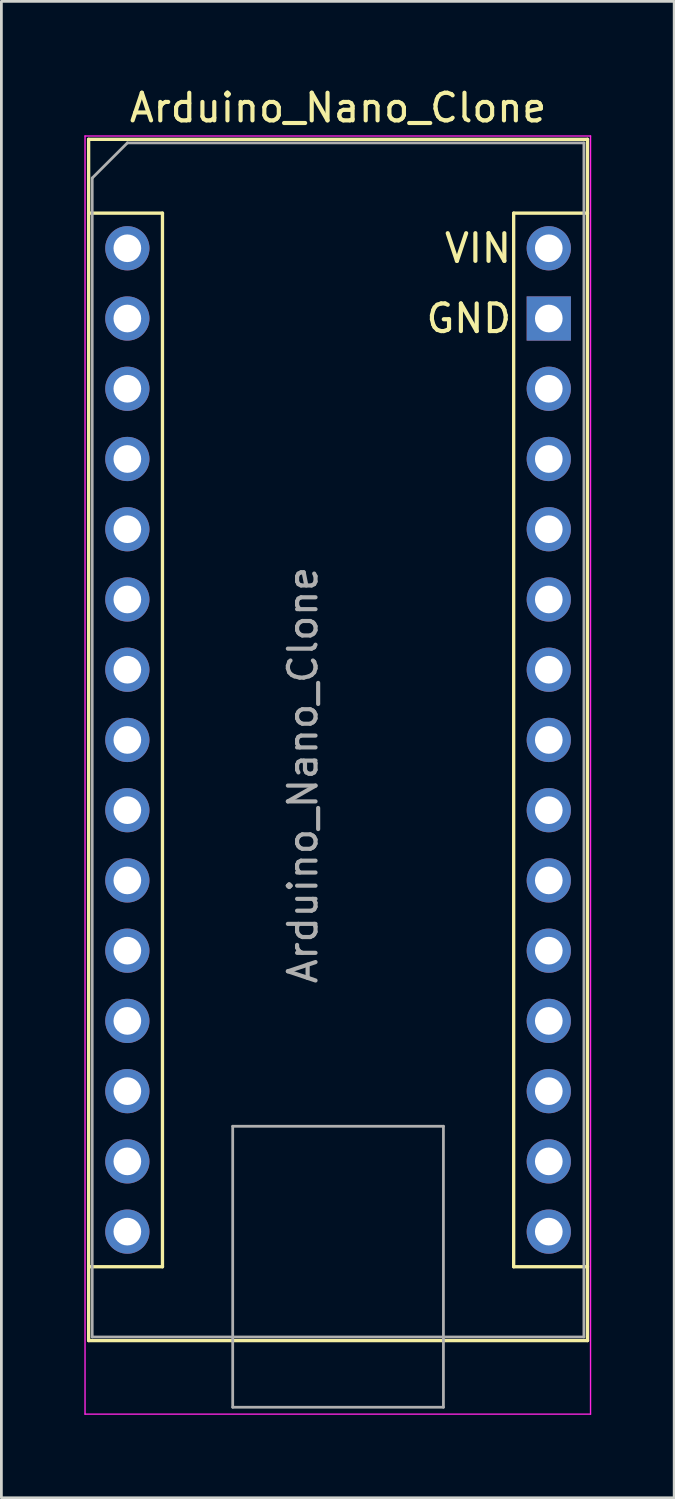
<source format=kicad_pcb>
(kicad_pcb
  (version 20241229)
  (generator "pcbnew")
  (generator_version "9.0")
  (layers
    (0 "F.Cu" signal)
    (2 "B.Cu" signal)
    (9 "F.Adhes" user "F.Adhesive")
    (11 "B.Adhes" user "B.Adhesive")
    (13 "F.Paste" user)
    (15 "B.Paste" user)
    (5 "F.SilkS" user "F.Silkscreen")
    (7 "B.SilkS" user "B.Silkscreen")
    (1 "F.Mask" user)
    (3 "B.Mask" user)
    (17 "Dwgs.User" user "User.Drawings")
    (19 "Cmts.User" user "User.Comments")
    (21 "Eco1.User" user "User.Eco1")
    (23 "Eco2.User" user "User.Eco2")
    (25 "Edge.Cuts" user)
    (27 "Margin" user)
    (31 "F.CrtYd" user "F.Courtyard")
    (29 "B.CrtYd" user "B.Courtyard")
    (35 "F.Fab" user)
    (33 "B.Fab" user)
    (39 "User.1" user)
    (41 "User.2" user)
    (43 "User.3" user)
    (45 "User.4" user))
  (footprint "Arduino_Nano_Clone"
    (layer "F.Cu")
    (at 1.555 5.928)
    (property "Reference" "Arduino_Nano_Clone" (at 7.62 -5.08 0) (layer "F.SilkS") (effects (font (size 1 1) (thickness 0.15))))
    (attr through_hole)
    (fp_line (start -1.4 -3.94) (end -1.4 -1.27) (stroke (width 0.12) (type solid)) (layer "F.SilkS"))
    (fp_line (start -1.4 -1.27) (end -1.4 39.5) (stroke (width 0.12) (type solid)) (layer "F.SilkS"))
    (fp_line (start -1.4 39.5) (end 16.64 39.5) (stroke (width 0.12) (type solid)) (layer "F.SilkS"))
    (fp_line (start 1.27 -1.27) (end -1.4 -1.27) (stroke (width 0.12) (type solid)) (layer "F.SilkS"))
    (fp_line (start 1.27 -1.27) (end 1.27 36.83) (stroke (width 0.12) (type solid)) (layer "F.SilkS"))
    (fp_line (start 1.27 36.83) (end -1.4 36.83) (stroke (width 0.12) (type solid)) (layer "F.SilkS"))
    (fp_line (start 13.97 -1.27) (end 13.97 36.83) (stroke (width 0.12) (type solid)) (layer "F.SilkS"))
    (fp_line (start 13.97 -1.27) (end 16.64 -1.27) (stroke (width 0.12) (type solid)) (layer "F.SilkS"))
    (fp_line (start 13.97 36.83) (end 16.64 36.83) (stroke (width 0.12) (type solid)) (layer "F.SilkS"))
    (fp_line (start 16.64 -3.94) (end -1.4 -3.94) (stroke (width 0.12) (type solid)) (layer "F.SilkS"))
    (fp_line (start 16.64 39.5) (end 16.64 -3.94) (stroke (width 0.12) (type solid)) (layer "F.SilkS"))
    (fp_line (start -1.53 -4.06) (end -1.53 42.16) (stroke (width 0.05) (type solid)) (layer "F.CrtYd"))
    (fp_line (start -1.53 -4.06) (end 16.75 -4.06) (stroke (width 0.05) (type solid)) (layer "F.CrtYd"))
    (fp_line (start 16.75 42.16) (end -1.53 42.16) (stroke (width 0.05) (type solid)) (layer "F.CrtYd"))
    (fp_line (start 16.75 42.16) (end 16.75 -4.06) (stroke (width 0.05) (type solid)) (layer "F.CrtYd"))
    (fp_line (start -1.27 -2.54) (end 0 -3.81) (stroke (width 0.1) (type solid)) (layer "F.Fab"))
    (fp_line (start -1.27 39.37) (end -1.27 -2.54) (stroke (width 0.1) (type solid)) (layer "F.Fab"))
    (fp_line (start 0 -3.81) (end 16.51 -3.81) (stroke (width 0.1) (type solid)) (layer "F.Fab"))
    (fp_line (start 3.81 31.75) (end 11.43 31.75) (stroke (width 0.1) (type solid)) (layer "F.Fab"))
    (fp_line (start 3.81 41.91) (end 3.81 31.75) (stroke (width 0.1) (type solid)) (layer "F.Fab"))
    (fp_line (start 11.43 31.75) (end 11.43 41.91) (stroke (width 0.1) (type solid)) (layer "F.Fab"))
    (fp_line (start 11.43 41.91) (end 3.81 41.91) (stroke (width 0.1) (type solid)) (layer "F.Fab"))
    (fp_line (start 16.51 -3.81) (end 16.51 39.37) (stroke (width 0.1) (type solid)) (layer "F.Fab"))
    (fp_line (start 16.51 39.37) (end -1.27 39.37) (stroke (width 0.1) (type solid)) (layer "F.Fab"))
    (fp_text user "VIN" (at 13.97 0 0) (layer "F.SilkS") (effects (font (size 1 1) (thickness 0.15)) (justify right)))
    (fp_text user "GND" (at 13.97 2.54 0) (layer "F.SilkS") (effects (font (size 1 1) (thickness 0.15)) (justify right)))
    (fp_text user "${REFERENCE}" (at 6.35 19.05 270) (layer "F.Fab") (effects (font (size 1 1) (thickness 0.15))))
    (pad "1" thru_hole circle (at 0 0) (size 1.6 1.6) (drill 1) (layers "*.Cu" "*.Mask"))
    (pad "2" thru_hole oval (at 0 2.54) (size 1.6 1.6) (drill 1) (layers "*.Cu" "*.Mask"))
    (pad "3" thru_hole oval (at 0 5.08) (size 1.6 1.6) (drill 1) (layers "*.Cu" "*.Mask"))
    (pad "4" thru_hole oval (at 0 7.62) (size 1.6 1.6) (drill 1) (layers "*.Cu" "*.Mask"))
    (pad "5" thru_hole oval (at 0 10.16) (size 1.6 1.6) (drill 1) (layers "*.Cu" "*.Mask"))
    (pad "6" thru_hole oval (at 0 12.7) (size 1.6 1.6) (drill 1) (layers "*.Cu" "*.Mask"))
    (pad "7" thru_hole oval (at 0 15.24) (size 1.6 1.6) (drill 1) (layers "*.Cu" "*.Mask"))
    (pad "8" thru_hole oval (at 0 17.78) (size 1.6 1.6) (drill 1) (layers "*.Cu" "*.Mask"))
    (pad "9" thru_hole oval (at 0 20.32) (size 1.6 1.6) (drill 1) (layers "*.Cu" "*.Mask"))
    (pad "10" thru_hole oval (at 0 22.86) (size 1.6 1.6) (drill 1) (layers "*.Cu" "*.Mask"))
    (pad "11" thru_hole oval (at 0 25.4) (size 1.6 1.6) (drill 1) (layers "*.Cu" "*.Mask"))
    (pad "12" thru_hole oval (at 0 27.94) (size 1.6 1.6) (drill 1) (layers "*.Cu" "*.Mask"))
    (pad "13" thru_hole oval (at 0 30.48) (size 1.6 1.6) (drill 1) (layers "*.Cu" "*.Mask"))
    (pad "14" thru_hole oval (at 0 33.02) (size 1.6 1.6) (drill 1) (layers "*.Cu" "*.Mask"))
    (pad "15" thru_hole oval (at 0 35.56) (size 1.6 1.6) (drill 1) (layers "*.Cu" "*.Mask"))
    (pad "16" thru_hole oval (at 15.24 35.56) (size 1.6 1.6) (drill 1) (layers "*.Cu" "*.Mask"))
    (pad "17" thru_hole oval (at 15.24 33.02) (size 1.6 1.6) (drill 1) (layers "*.Cu" "*.Mask"))
    (pad "18" thru_hole oval (at 15.24 30.48) (size 1.6 1.6) (drill 1) (layers "*.Cu" "*.Mask"))
    (pad "19" thru_hole oval (at 15.24 27.94) (size 1.6 1.6) (drill 1) (layers "*.Cu" "*.Mask"))
    (pad "20" thru_hole oval (at 15.24 25.4) (size 1.6 1.6) (drill 1) (layers "*.Cu" "*.Mask"))
    (pad "21" thru_hole oval (at 15.24 22.86) (size 1.6 1.6) (drill 1) (layers "*.Cu" "*.Mask"))
    (pad "22" thru_hole oval (at 15.24 20.32) (size 1.6 1.6) (drill 1) (layers "*.Cu" "*.Mask"))
    (pad "23" thru_hole oval (at 15.24 17.78) (size 1.6 1.6) (drill 1) (layers "*.Cu" "*.Mask"))
    (pad "24" thru_hole oval (at 15.24 15.24) (size 1.6 1.6) (drill 1) (layers "*.Cu" "*.Mask"))
    (pad "25" thru_hole oval (at 15.24 12.7) (size 1.6 1.6) (drill 1) (layers "*.Cu" "*.Mask"))
    (pad "26" thru_hole oval (at 15.24 10.16) (size 1.6 1.6) (drill 1) (layers "*.Cu" "*.Mask"))
    (pad "27" thru_hole oval (at 15.24 7.62) (size 1.6 1.6) (drill 1) (layers "*.Cu" "*.Mask"))
    (pad "28" thru_hole oval (at 15.24 5.08) (size 1.6 1.6) (drill 1) (layers "*.Cu" "*.Mask"))
    (pad "29" thru_hole trapezoid (at 15.24 2.54) (size 1.6 1.6) (drill 1) (layers "*.Cu" "*.Mask"))
    (pad "30" thru_hole oval (at 15.24 0) (size 1.6 1.6) (drill 1) (layers "*.Cu" "*.Mask")))
  (gr_rect
    (start -3 -3)
    (end 21.33 51.113)
    (stroke (width 0.1) (type default))
    (fill no)
    (layer "Edge.Cuts")))
</source>
